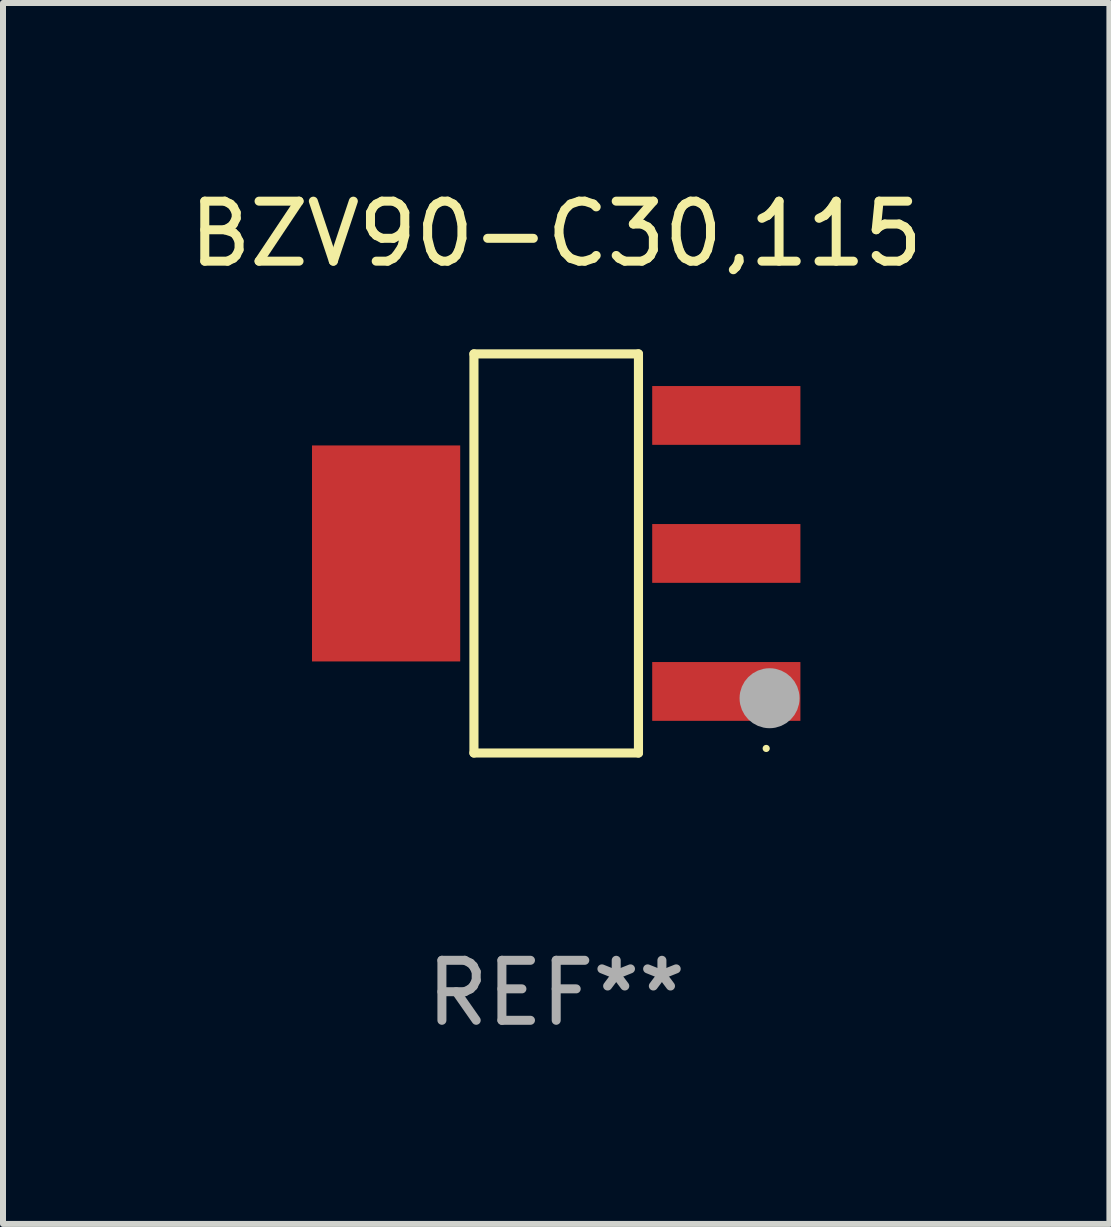
<source format=kicad_pcb>
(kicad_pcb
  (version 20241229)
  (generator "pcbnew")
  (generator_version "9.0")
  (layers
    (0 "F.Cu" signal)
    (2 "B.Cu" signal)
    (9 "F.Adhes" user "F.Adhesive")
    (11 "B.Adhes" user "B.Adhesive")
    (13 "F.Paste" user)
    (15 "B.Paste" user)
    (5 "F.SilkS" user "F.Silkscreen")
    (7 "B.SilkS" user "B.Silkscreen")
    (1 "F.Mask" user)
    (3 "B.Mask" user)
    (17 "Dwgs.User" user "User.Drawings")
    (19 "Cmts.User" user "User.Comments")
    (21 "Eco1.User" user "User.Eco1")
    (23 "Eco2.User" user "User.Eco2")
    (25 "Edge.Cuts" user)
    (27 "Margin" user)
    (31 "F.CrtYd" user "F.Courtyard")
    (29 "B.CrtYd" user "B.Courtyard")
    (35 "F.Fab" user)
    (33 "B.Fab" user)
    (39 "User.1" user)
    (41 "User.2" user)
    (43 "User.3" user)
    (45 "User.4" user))
  (footprint "BZV90-C30,115"
    (layer "F.Cu")
    (at 6.22 6.174)
    (property "Reference" "BZV90-C30,115" (at 0 -5.326 0) (layer "F.SilkS") (effects (font (size 1 1) (thickness 0.15))))
    (attr through_hole)
    (fp_line (start -1.371 -3.326) (end 1.371 -3.326) (stroke (width 0.152) (type solid)) (layer "F.SilkS"))
    (fp_line (start -1.371 3.326) (end -1.371 -3.326) (stroke (width 0.152) (type solid)) (layer "F.SilkS"))
    (fp_line (start 1.371 -3.326) (end 1.371 3.326) (stroke (width 0.152) (type solid)) (layer "F.SilkS"))
    (fp_line (start 1.371 3.326) (end -1.371 3.326) (stroke (width 0.152) (type solid)) (layer "F.SilkS"))
    (fp_circle (center 3.5 3.25) (end 3.53 3.25) (stroke (width 0.06) (type solid)) (fill no) (layer "F.SilkS"))
    (fp_circle (center 3.556 2.413) (end 3.806 2.413) (stroke (width 0.5) (type solid)) (fill no) (layer "F.Fab"))
    (fp_text user "REF**" (at 0 7.326 0) (layer "F.Fab") (effects (font (size 1 1) (thickness 0.15))))
    (pad "1" smd rect (at 2.835 2.3) (size 2.47 0.98) (layers "F.Cu" "F.Mask" "F.Paste"))
    (pad "2" smd rect (at 2.835 0) (size 2.47 0.98) (layers "F.Cu" "F.Mask" "F.Paste"))
    (pad "3" smd rect (at 2.835 -2.3) (size 2.47 0.98) (layers "F.Cu" "F.Mask" "F.Paste"))
    (pad "4" smd rect (at -2.835 0) (size 2.47 3.6) (layers "F.Cu" "F.Mask" "F.Paste")))
  (gr_rect
    (start -3 -3)
    (end 15.44 17.349)
    (stroke (width 0.1) (type default))
    (fill no)
    (layer "Edge.Cuts")))
</source>
